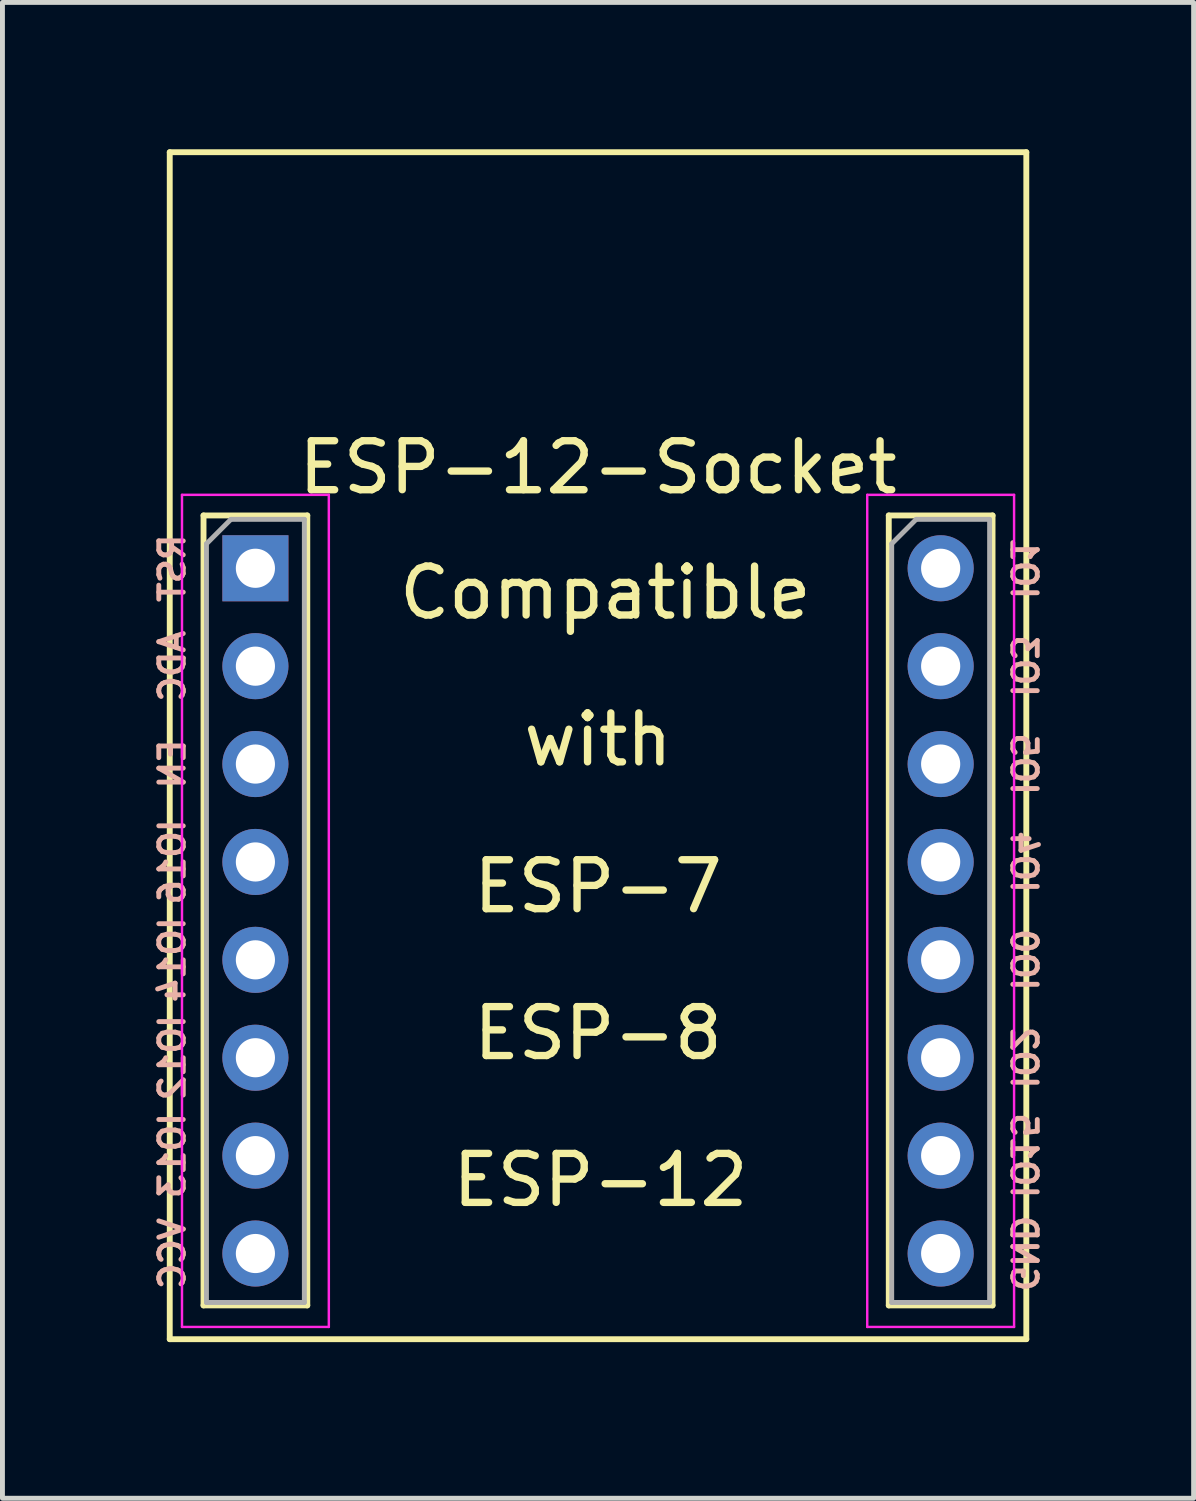
<source format=kicad_pcb>
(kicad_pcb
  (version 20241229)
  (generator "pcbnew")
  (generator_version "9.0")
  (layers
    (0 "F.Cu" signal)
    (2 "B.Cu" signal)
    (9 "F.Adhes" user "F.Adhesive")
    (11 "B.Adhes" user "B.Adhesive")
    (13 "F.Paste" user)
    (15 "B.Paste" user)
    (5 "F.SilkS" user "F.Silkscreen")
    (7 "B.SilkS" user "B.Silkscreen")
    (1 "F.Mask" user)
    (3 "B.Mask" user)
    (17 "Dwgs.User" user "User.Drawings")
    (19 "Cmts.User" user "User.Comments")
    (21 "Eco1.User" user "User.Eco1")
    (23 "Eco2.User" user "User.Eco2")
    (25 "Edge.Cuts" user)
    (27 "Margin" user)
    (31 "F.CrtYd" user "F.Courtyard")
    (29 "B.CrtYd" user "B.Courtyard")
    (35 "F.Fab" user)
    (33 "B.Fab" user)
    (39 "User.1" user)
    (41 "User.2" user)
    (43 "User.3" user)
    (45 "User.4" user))
  (footprint "ESP-12-Socket"
    (layer "F.Cu")
    (at 0.418 24.31)
    (property "Reference" "ESP-12-Socket" (at 8.75 -17.81 0) (layer "F.SilkS") (effects (font (size 1 1) (thickness 0.15))))
    (attr through_hole)
    (fp_line (start 0 0) (end 0 -24.25) (stroke (width 0.12) (type solid)) (layer "F.SilkS"))
    (fp_line (start 0.69 -16.829) (end 0.69 -0.69) (stroke (width 0.12) (type solid)) (layer "F.SilkS"))
    (fp_line (start 0.69 -16.829) (end 2.81 -16.829) (stroke (width 0.12) (type solid)) (layer "F.SilkS"))
    (fp_line (start 0.69 -0.69) (end 2.81 -0.69) (stroke (width 0.12) (type solid)) (layer "F.SilkS"))
    (fp_line (start 2.81 -16.829) (end 2.81 -0.69) (stroke (width 0.12) (type solid)) (layer "F.SilkS"))
    (fp_line (start 14.69 -16.829) (end 14.69 -0.69) (stroke (width 0.12) (type solid)) (layer "F.SilkS"))
    (fp_line (start 14.69 -16.829) (end 16.81 -16.829) (stroke (width 0.12) (type solid)) (layer "F.SilkS"))
    (fp_line (start 14.69 -0.69) (end 16.81 -0.69) (stroke (width 0.12) (type solid)) (layer "F.SilkS"))
    (fp_line (start 16.81 -16.829) (end 16.81 -0.69) (stroke (width 0.12) (type solid)) (layer "F.SilkS"))
    (fp_line (start 17.5 -24.25) (end 0 -24.25) (stroke (width 0.12) (type solid)) (layer "F.SilkS"))
    (fp_line (start 17.5 0) (end 0 0) (stroke (width 0.12) (type solid)) (layer "F.SilkS"))
    (fp_line (start 17.5 0) (end 17.5 -24.25) (stroke (width 0.12) (type solid)) (layer "F.SilkS"))
    (fp_line (start 0.25 -17.25) (end 0.25 -0.25) (stroke (width 0.05) (type solid)) (layer "F.CrtYd"))
    (fp_line (start 0.25 -0.25) (end 3.25 -0.25) (stroke (width 0.05) (type solid)) (layer "F.CrtYd"))
    (fp_line (start 3.25 -17.25) (end 0.25 -17.25) (stroke (width 0.05) (type solid)) (layer "F.CrtYd"))
    (fp_line (start 3.25 -0.25) (end 3.25 -17.25) (stroke (width 0.05) (type solid)) (layer "F.CrtYd"))
    (fp_line (start 14.25 -17.25) (end 14.25 -0.25) (stroke (width 0.05) (type solid)) (layer "F.CrtYd"))
    (fp_line (start 14.25 -0.25) (end 17.25 -0.25) (stroke (width 0.05) (type solid)) (layer "F.CrtYd"))
    (fp_line (start 17.25 -17.25) (end 14.25 -17.25) (stroke (width 0.05) (type solid)) (layer "F.CrtYd"))
    (fp_line (start 17.25 -0.25) (end 17.25 -17.25) (stroke (width 0.05) (type solid)) (layer "F.CrtYd"))
    (fp_line (start 0.75 -16.25) (end 1.25 -16.75) (stroke (width 0.1) (type solid)) (layer "F.Fab"))
    (fp_line (start 0.75 -0.75) (end 0.75 -16.25) (stroke (width 0.1) (type solid)) (layer "F.Fab"))
    (fp_line (start 1.25 -16.75) (end 2.75 -16.75) (stroke (width 0.1) (type solid)) (layer "F.Fab"))
    (fp_line (start 2.75 -16.75) (end 2.75 -0.75) (stroke (width 0.1) (type solid)) (layer "F.Fab"))
    (fp_line (start 2.75 -0.75) (end 0.75 -0.75) (stroke (width 0.1) (type solid)) (layer "F.Fab"))
    (fp_line (start 14.75 -16.25) (end 15.25 -16.75) (stroke (width 0.1) (type solid)) (layer "F.Fab"))
    (fp_line (start 14.75 -0.75) (end 14.75 -16.25) (stroke (width 0.1) (type solid)) (layer "F.Fab"))
    (fp_line (start 15.25 -16.75) (end 16.75 -16.75) (stroke (width 0.1) (type solid)) (layer "F.Fab"))
    (fp_line (start 16.75 -16.75) (end 16.75 -0.75) (stroke (width 0.1) (type solid)) (layer "F.Fab"))
    (fp_line (start 16.75 -0.75) (end 14.75 -0.75) (stroke (width 0.1) (type solid)) (layer "F.Fab"))
    (fp_text user "with" (at 8.75 -12.25 0) (layer "F.SilkS") (effects (font (size 1 1) (thickness 0.15))))
    (fp_text user "ESP-12" (at 8.8 -3.25 0) (layer "F.SilkS") (effects (font (size 1 1) (thickness 0.15))))
    (fp_text user "ESP-8" (at 8.75 -6.25 0) (layer "F.SilkS") (effects (font (size 1 1) (thickness 0.15))))
    (fp_text user "Compatible" (at 8.9 -15.25 0) (layer "F.SilkS") (effects (font (size 1 1) (thickness 0.15))))
    (fp_text user "ESP-7" (at 8.75 -9.25 0) (layer "F.SilkS") (effects (font (size 1 1) (thickness 0.15))))
    (fp_text user "VCC" (at 0.05 -1.75 90) (unlocked yes) (layer "B.SilkS") (effects (font (size 0.5 0.5) (thickness 0.1)) (justify mirror)))
    (fp_text user "IO3" (at 17.45 -13.75 270) (unlocked yes) (layer "B.SilkS") (effects (font (size 0.5 0.5) (thickness 0.1)) (justify mirror)))
    (fp_text user "IO14" (at 0.05 -7.75 90) (unlocked yes) (layer "B.SilkS") (effects (font (size 0.5 0.5) (thickness 0.1)) (justify mirror)))
    (fp_text user "IO0" (at 17.45 -7.75 270) (unlocked yes) (layer "B.SilkS") (effects (font (size 0.5 0.5) (thickness 0.1)) (justify mirror)))
    (fp_text user "RST" (at 0.05 -15.75 90) (unlocked yes) (layer "B.SilkS") (effects (font (size 0.5 0.5) (thickness 0.1)) (justify mirror)))
    (fp_text user "EN" (at 0.05 -11.75 90) (unlocked yes) (layer "B.SilkS") (effects (font (size 0.5 0.5) (thickness 0.1)) (justify mirror)))
    (fp_text user "IO2" (at 17.45 -5.75 270) (unlocked yes) (layer "B.SilkS") (effects (font (size 0.5 0.5) (thickness 0.1)) (justify mirror)))
    (fp_text user "IO1" (at 17.45 -15.75 270) (unlocked yes) (layer "B.SilkS") (effects (font (size 0.5 0.5) (thickness 0.1)) (justify mirror)))
    (fp_text user "GND" (at 17.45 -1.75 270) (unlocked yes) (layer "B.SilkS") (effects (font (size 0.5 0.5) (thickness 0.1)) (justify mirror)))
    (fp_text user "IO15" (at 17.45 -3.75 270) (unlocked yes) (layer "B.SilkS") (effects (font (size 0.5 0.5) (thickness 0.1)) (justify mirror)))
    (fp_text user "ADC" (at 0.05 -13.75 90) (unlocked yes) (layer "B.SilkS") (effects (font (size 0.5 0.5) (thickness 0.1)) (justify mirror)))
    (fp_text user "IO16" (at 0.05 -9.75 90) (unlocked yes) (layer "B.SilkS") (effects (font (size 0.5 0.5) (thickness 0.1)) (justify mirror)))
    (fp_text user "IO5" (at 17.45 -11.75 270) (unlocked yes) (layer "B.SilkS") (effects (font (size 0.5 0.5) (thickness 0.1)) (justify mirror)))
    (fp_text user "IO13" (at 0.05 -3.75 90) (unlocked yes) (layer "B.SilkS") (effects (font (size 0.5 0.5) (thickness 0.1)) (justify mirror)))
    (fp_text user "IO12" (at 0.05 -5.75 90) (unlocked yes) (layer "B.SilkS") (effects (font (size 0.5 0.5) (thickness 0.1)) (justify mirror)))
    (fp_text user "IO4" (at 17.45 -9.75 270) (unlocked yes) (layer "B.SilkS") (effects (font (size 0.5 0.5) (thickness 0.1)) (justify mirror)))
    (pad "1" thru_hole rect (at 1.75 -15.75) (size 1.35 1.35) (drill 0.8) (layers "*.Cu" "*.Mask"))
    (pad "2" thru_hole oval (at 1.75 -13.75) (size 1.35 1.35) (drill 0.8) (layers "*.Cu" "*.Mask"))
    (pad "3" thru_hole oval (at 1.75 -11.75) (size 1.35 1.35) (drill 0.8) (layers "*.Cu" "*.Mask"))
    (pad "4" thru_hole oval (at 1.75 -9.75) (size 1.35 1.35) (drill 0.8) (layers "*.Cu" "*.Mask"))
    (pad "5" thru_hole oval (at 1.75 -7.75) (size 1.35 1.35) (drill 0.8) (layers "*.Cu" "*.Mask"))
    (pad "6" thru_hole oval (at 1.75 -5.75) (size 1.35 1.35) (drill 0.8) (layers "*.Cu" "*.Mask"))
    (pad "7" thru_hole oval (at 1.75 -3.75) (size 1.35 1.35) (drill 0.8) (layers "*.Cu" "*.Mask"))
    (pad "8" thru_hole oval (at 1.75 -1.75) (size 1.35 1.35) (drill 0.8) (layers "*.Cu" "*.Mask"))
    (pad "15" thru_hole oval (at 15.75 -1.75) (size 1.35 1.35) (drill 0.8) (layers "*.Cu" "*.Mask"))
    (pad "16" thru_hole oval (at 15.75 -3.75) (size 1.35 1.35) (drill 0.8) (layers "*.Cu" "*.Mask"))
    (pad "17" thru_hole oval (at 15.75 -5.75) (size 1.35 1.35) (drill 0.8) (layers "*.Cu" "*.Mask"))
    (pad "18" thru_hole oval (at 15.75 -7.75) (size 1.35 1.35) (drill 0.8) (layers "*.Cu" "*.Mask"))
    (pad "19" thru_hole oval (at 15.75 -9.75) (size 1.35 1.35) (drill 0.8) (layers "*.Cu" "*.Mask"))
    (pad "20" thru_hole oval (at 15.75 -11.75) (size 1.35 1.35) (drill 0.8) (layers "*.Cu" "*.Mask"))
    (pad "21" thru_hole oval (at 15.75 -13.75) (size 1.35 1.35) (drill 0.8) (layers "*.Cu" "*.Mask"))
    (pad "22" thru_hole circle (at 15.75 -15.75) (size 1.35 1.35) (drill 0.8) (layers "*.Cu" "*.Mask")))
  (gr_rect
    (start -3 -3)
    (end 21.336 27.56)
    (stroke (width 0.1) (type default))
    (fill no)
    (layer "Edge.Cuts")))
</source>
